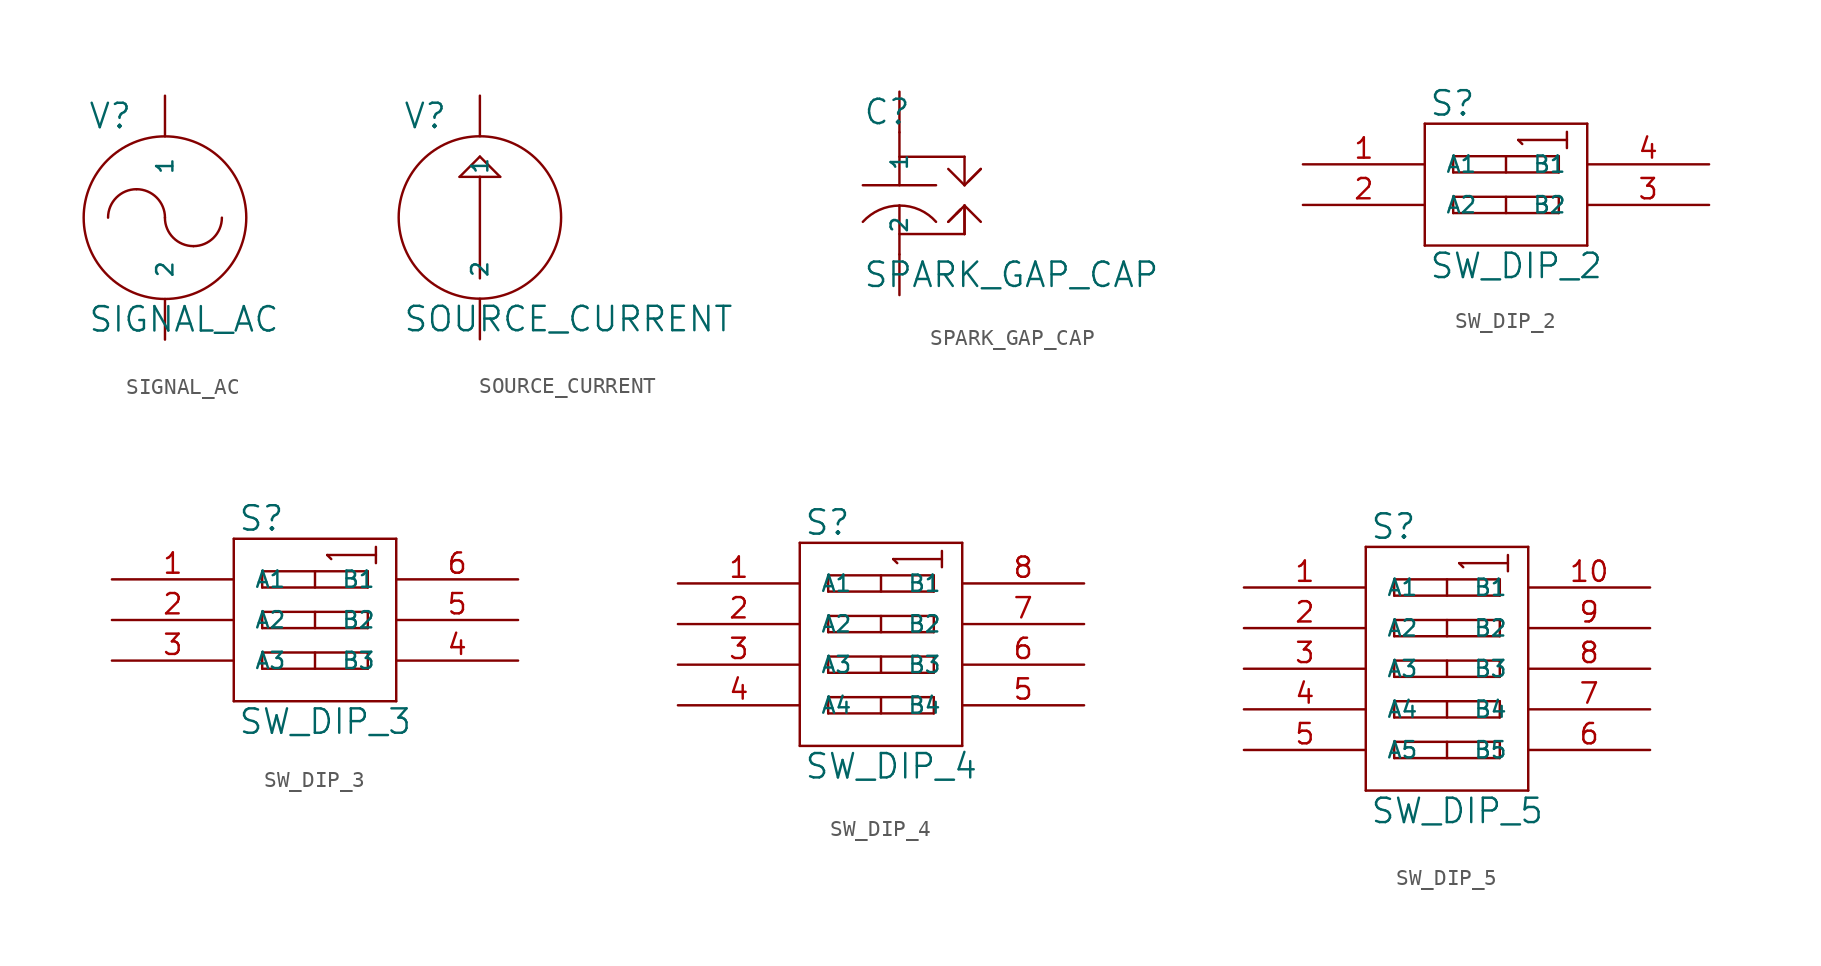
<source format=kicad_sym>
(kicad_symbol_lib
  (version 20231120)
  (generator "kicad_symbol_editor")
  (generator_version "8.0")
  (symbol "SIGNAL_AC"
    (pin_names
      (offset 1.27))
    (property "Reference" "V"
      (at 0.254 0.381 0)
      (effects (font (size 1.524 1.524)) (justify left bottom)))
    (property "Value" "SIGNAL_AC"
      (at 0.254 -10.541 0)
      (effects (font (size 1.524 1.524)) (justify left top)))
    (symbol "SIGNAL_AC_0_1"
      (arc (start 3.302 -3.302) (mid 2.0448 -3.8228) (end 1.524 -5.08) (stroke (width 0) (type solid)) (fill (type none)))
      (arc (start 5.08 -5.08) (mid 4.5592 -3.8228) (end 3.302 -3.302) (stroke (width 0) (type solid)) (fill (type none)))
      (arc (start 5.08 -5.08) (mid 5.6008 -6.3372) (end 6.858 -6.858) (stroke (width 0) (type solid)) (fill (type none)))
      (circle (center 5.08 -5.08) (radius 5.08) (stroke (width 0) (type solid)) (fill (type none)))
      (arc (start 6.858 -6.858) (mid 8.1152 -6.3372) (end 8.636 -5.08) (stroke (width 0) (type solid)) (fill (type none))))
    (symbol "SIGNAL_AC_1_1"
      (pin passive line (at 5.08 2.54 270) (length 2.54) (name "1" (effects (font (size 1.016 1.016)))) (number "~" (effects (font (size 1.27 1.27)))))
      (pin passive line (at 5.08 -12.7 90) (length 2.54) (name "2" (effects (font (size 1.016 1.016)))) (number "~" (effects (font (size 1.27 1.27)))))))
  (symbol "SOURCE_CURRENT"
    (pin_names
      (offset 1.27))
    (property "Reference" "V"
      (at 0.254 0.381 0)
      (effects (font (size 1.524 1.524)) (justify left bottom)))
    (property "Value" "SOURCE_CURRENT"
      (at 0.254 -10.541 0)
      (effects (font (size 1.524 1.524)) (justify left top)))
    (symbol "SOURCE_CURRENT_0_1"
      (polyline (pts (xy 3.81 -2.54) (xy 5.08 -2.54)) (stroke (width 0) (type solid)) (fill (type none)))
      (polyline (pts (xy 5.08 -8.89) (xy 5.08 -2.54)) (stroke (width 0) (type solid)) (fill (type none)))
      (polyline (pts (xy 5.08 -2.54) (xy 6.35 -2.54)) (stroke (width 0) (type solid)) (fill (type none)))
      (polyline (pts (xy 5.08 -1.27) (xy 3.81 -2.54)) (stroke (width 0) (type solid)) (fill (type none)))
      (polyline (pts (xy 6.35 -2.54) (xy 5.08 -1.27)) (stroke (width 0) (type solid)) (fill (type none)))
      (circle (center 5.08 -5.08) (radius 5.08) (stroke (width 0) (type solid)) (fill (type none))))
    (symbol "SOURCE_CURRENT_1_1"
      (pin passive line (at 5.08 2.54 270) (length 2.54) (name "1" (effects (font (size 1.016 1.016)))) (number "~" (effects (font (size 1.27 1.27)))))
      (pin passive line (at 5.08 -12.7 90) (length 2.54) (name "2" (effects (font (size 1.016 1.016)))) (number "~" (effects (font (size 1.27 1.27)))))))
  (symbol "SPARK_GAP_CAP"
    (pin_names
      (offset 1.27))
    (property "Reference" "C"
      (at 0.254 0.381 0)
      (effects (font (size 1.524 1.524)) (justify left bottom)))
    (property "Value" "SPARK_GAP_CAP"
      (at 0.254 -8.001 0)
      (effects (font (size 1.524 1.524)) (justify left top)))
    (symbol "SPARK_GAP_CAP_0_1"
      (polyline (pts (xy 2.54 -4.572) (xy 2.54 -7.62)) (stroke (width 0) (type solid)) (fill (type none)))
      (polyline (pts (xy 2.54 0) (xy 2.54 -3.302)) (stroke (width 0) (type solid)) (fill (type none)))
      (polyline (pts (xy 4.826 -3.302) (xy 0.254 -3.302)) (stroke (width 0) (type solid)) (fill (type none)))
      (polyline (pts (xy 6.096 -5.08) (xy 6.35 -4.826)) (stroke (width 0) (type solid)) (fill (type none)))
      (polyline (pts (xy 6.35 -4.826) (xy 5.588 -5.588)) (stroke (width 0) (type solid)) (fill (type none)))
      (polyline (pts (xy 6.604 -6.35) (xy 2.54 -6.35)) (stroke (width 0) (type solid)) (fill (type none)))
      (polyline (pts (xy 6.604 -4.572) (xy 5.588 -5.588)) (stroke (width 0) (type solid)) (fill (type none)))
      (polyline (pts (xy 6.604 -4.572) (xy 6.604 -6.35)) (stroke (width 0) (type solid)) (fill (type none)))
      (polyline (pts (xy 6.604 -4.572) (xy 6.604 -6.35)) (stroke (width 0) (type solid)) (fill (type none)))
      (polyline (pts (xy 6.604 -3.302) (xy 5.588 -2.286)) (stroke (width 0) (type solid)) (fill (type none)))
      (polyline (pts (xy 6.604 -3.302) (xy 6.604 -1.524)) (stroke (width 0) (type solid)) (fill (type none)))
      (polyline (pts (xy 6.604 -3.302) (xy 7.62 -2.286)) (stroke (width 0) (type solid)) (fill (type none)))
      (polyline (pts (xy 6.604 -1.524) (xy 2.54 -1.524)) (stroke (width 0) (type solid)) (fill (type none)))
      (polyline (pts (xy 7.62 -5.588) (xy 6.604 -4.572)) (stroke (width 0) (type solid)) (fill (type none)))
      (polyline (pts (xy 7.62 -2.286) (xy 6.858 -3.048)) (stroke (width 0) (type solid)) (fill (type none)))
      (arc (start 2.54 -4.572) (mid 1.2914 -4.8395) (end 0.254 -5.588) (stroke (width 0) (type solid)) (fill (type none)))
      (arc (start 4.826 -5.588) (mid 3.793 -4.8299) (end 2.54 -4.572) (stroke (width 0) (type solid)) (fill (type none))))
    (symbol "SPARK_GAP_CAP_1_1"
      (pin passive line (at 2.54 2.54 270) (length 2.54) (name "1" (effects (font (size 1.016 1.016)))) (number "~" (effects (font (size 1.27 1.27)))))
      (pin passive line (at 2.54 -10.16 90) (length 2.54) (name "2" (effects (font (size 1.016 1.016)))) (number "~" (effects (font (size 1.27 1.27)))))))
  (symbol "SW_DIP_2"
    (pin_names
      (offset 1.27))
    (property "Reference" "S"
      (at 0.254 0.381 0)
      (effects (font (size 1.524 1.524)) (justify left bottom)))
    (property "Value" "SW_DIP_2"
      (at 0.254 -8.001 0)
      (effects (font (size 1.524 1.524)) (justify left top)))
    (symbol "SW_DIP_2_0_1"
      (polyline (pts (xy 0 -7.62) (xy 0 0)) (stroke (width 0) (type solid)) (fill (type none)))
      (polyline (pts (xy 0 0) (xy 10.16 0)) (stroke (width 0) (type solid)) (fill (type none)))
      (polyline (pts (xy 1.778 -5.588) (xy 1.778 -4.572)) (stroke (width 0) (type solid)) (fill (type none)))
      (polyline (pts (xy 1.778 -4.572) (xy 8.382 -4.572)) (stroke (width 0) (type solid)) (fill (type none)))
      (polyline (pts (xy 1.778 -3.048) (xy 1.778 -2.032)) (stroke (width 0) (type solid)) (fill (type none)))
      (polyline (pts (xy 1.778 -2.032) (xy 8.382 -2.032)) (stroke (width 0) (type solid)) (fill (type none)))
      (polyline (pts (xy 5.08 -4.572) (xy 5.08 -5.588)) (stroke (width 0) (type solid)) (fill (type none)))
      (polyline (pts (xy 5.08 -2.032) (xy 5.08 -3.048)) (stroke (width 0) (type solid)) (fill (type none)))
      (polyline (pts (xy 5.842 -1.016) (xy 8.89 -1.016)) (stroke (width 0) (type solid)) (fill (type none)))
      (polyline (pts (xy 6.096 -1.27) (xy 5.842 -1.016)) (stroke (width 0) (type solid)) (fill (type none)))
      (polyline (pts (xy 8.382 -5.588) (xy 1.778 -5.588)) (stroke (width 0) (type solid)) (fill (type none)))
      (polyline (pts (xy 8.382 -4.572) (xy 8.382 -5.588)) (stroke (width 0) (type solid)) (fill (type none)))
      (polyline (pts (xy 8.382 -3.048) (xy 1.778 -3.048)) (stroke (width 0) (type solid)) (fill (type none)))
      (polyline (pts (xy 8.382 -2.032) (xy 8.382 -3.048)) (stroke (width 0) (type solid)) (fill (type none)))
      (polyline (pts (xy 8.89 -0.508) (xy 8.89 -1.524)) (stroke (width 0) (type solid)) (fill (type none)))
      (polyline (pts (xy 10.16 -7.62) (xy 0 -7.62)) (stroke (width 0) (type solid)) (fill (type none)))
      (polyline (pts (xy 10.16 0) (xy 10.16 -7.62)) (stroke (width 0) (type solid)) (fill (type none))))
    (symbol "SW_DIP_2_1_1"
      (pin passive line (at -7.62 -2.54 0) (length 7.62) (name "A1" (effects (font (size 1.016 1.016)))) (number "1" (effects (font (size 1.27 1.27)))))
      (pin passive line (at -7.62 -5.08 0) (length 7.62) (name "A2" (effects (font (size 1.016 1.016)))) (number "2" (effects (font (size 1.27 1.27)))))
      (pin passive line (at 17.78 -5.08 180) (length 7.62) (name "B2" (effects (font (size 1.016 1.016)))) (number "3" (effects (font (size 1.27 1.27)))))
      (pin passive line (at 17.78 -2.54 180) (length 7.62) (name "B1" (effects (font (size 1.016 1.016)))) (number "4" (effects (font (size 1.27 1.27)))))))
  (symbol "SW_DIP_3"
    (pin_names
      (offset 1.27))
    (property "Reference" "S"
      (at 0.254 0.381 0)
      (effects (font (size 1.524 1.524)) (justify left bottom)))
    (property "Value" "SW_DIP_3"
      (at 0.254 -10.541 0)
      (effects (font (size 1.524 1.524)) (justify left top)))
    (symbol "SW_DIP_3_0_1"
      (polyline (pts (xy 0 -10.16) (xy 10.16 -10.16)) (stroke (width 0) (type solid)) (fill (type none)))
      (polyline (pts (xy 0 0) (xy 0 -10.16)) (stroke (width 0) (type solid)) (fill (type none)))
      (polyline (pts (xy 0 0) (xy 10.16 0)) (stroke (width 0) (type solid)) (fill (type none)))
      (polyline (pts (xy 1.778 -8.128) (xy 1.778 -7.112)) (stroke (width 0) (type solid)) (fill (type none)))
      (polyline (pts (xy 1.778 -7.112) (xy 8.382 -7.112)) (stroke (width 0) (type solid)) (fill (type none)))
      (polyline (pts (xy 1.778 -5.588) (xy 1.778 -4.572)) (stroke (width 0) (type solid)) (fill (type none)))
      (polyline (pts (xy 1.778 -4.572) (xy 8.382 -4.572)) (stroke (width 0) (type solid)) (fill (type none)))
      (polyline (pts (xy 1.778 -3.048) (xy 1.778 -2.032)) (stroke (width 0) (type solid)) (fill (type none)))
      (polyline (pts (xy 1.778 -2.032) (xy 8.382 -2.032)) (stroke (width 0) (type solid)) (fill (type none)))
      (polyline (pts (xy 5.08 -7.112) (xy 5.08 -8.128)) (stroke (width 0) (type solid)) (fill (type none)))
      (polyline (pts (xy 5.08 -4.572) (xy 5.08 -5.588)) (stroke (width 0) (type solid)) (fill (type none)))
      (polyline (pts (xy 5.08 -2.032) (xy 5.08 -3.048)) (stroke (width 0) (type solid)) (fill (type none)))
      (polyline (pts (xy 5.842 -1.016) (xy 8.89 -1.016)) (stroke (width 0) (type solid)) (fill (type none)))
      (polyline (pts (xy 6.096 -1.27) (xy 5.842 -1.016)) (stroke (width 0) (type solid)) (fill (type none)))
      (polyline (pts (xy 8.382 -8.128) (xy 1.778 -8.128)) (stroke (width 0) (type solid)) (fill (type none)))
      (polyline (pts (xy 8.382 -7.112) (xy 8.382 -8.128)) (stroke (width 0) (type solid)) (fill (type none)))
      (polyline (pts (xy 8.382 -5.588) (xy 1.778 -5.588)) (stroke (width 0) (type solid)) (fill (type none)))
      (polyline (pts (xy 8.382 -4.572) (xy 8.382 -5.588)) (stroke (width 0) (type solid)) (fill (type none)))
      (polyline (pts (xy 8.382 -3.048) (xy 1.778 -3.048)) (stroke (width 0) (type solid)) (fill (type none)))
      (polyline (pts (xy 8.382 -2.032) (xy 8.382 -3.048)) (stroke (width 0) (type solid)) (fill (type none)))
      (polyline (pts (xy 8.89 -0.508) (xy 8.89 -1.524)) (stroke (width 0) (type solid)) (fill (type none)))
      (polyline (pts (xy 10.16 -10.16) (xy 10.16 0)) (stroke (width 0) (type solid)) (fill (type none))))
    (symbol "SW_DIP_3_1_1"
      (pin passive line (at -7.62 -2.54 0) (length 7.62) (name "A1" (effects (font (size 1.016 1.016)))) (number "1" (effects (font (size 1.27 1.27)))))
      (pin passive line (at -7.62 -5.08 0) (length 7.62) (name "A2" (effects (font (size 1.016 1.016)))) (number "2" (effects (font (size 1.27 1.27)))))
      (pin passive line (at -7.62 -7.62 0) (length 7.62) (name "A3" (effects (font (size 1.016 1.016)))) (number "3" (effects (font (size 1.27 1.27)))))
      (pin passive line (at 17.78 -7.62 180) (length 7.62) (name "B3" (effects (font (size 1.016 1.016)))) (number "4" (effects (font (size 1.27 1.27)))))
      (pin passive line (at 17.78 -5.08 180) (length 7.62) (name "B2" (effects (font (size 1.016 1.016)))) (number "5" (effects (font (size 1.27 1.27)))))
      (pin passive line (at 17.78 -2.54 180) (length 7.62) (name "B1" (effects (font (size 1.016 1.016)))) (number "6" (effects (font (size 1.27 1.27)))))))
  (symbol "SW_DIP_4"
    (pin_names
      (offset 1.27))
    (property "Reference" "S"
      (at 0.254 0.381 0)
      (effects (font (size 1.524 1.524)) (justify left bottom)))
    (property "Value" "SW_DIP_4"
      (at 0.254 -13.081 0)
      (effects (font (size 1.524 1.524)) (justify left top)))
    (symbol "SW_DIP_4_0_1"
      (polyline (pts (xy 0 -12.7) (xy 10.16 -12.7)) (stroke (width 0) (type solid)) (fill (type none)))
      (polyline (pts (xy 0 0) (xy 0 -12.7)) (stroke (width 0) (type solid)) (fill (type none)))
      (polyline (pts (xy 1.778 -10.668) (xy 1.778 -9.652)) (stroke (width 0) (type solid)) (fill (type none)))
      (polyline (pts (xy 1.778 -9.652) (xy 8.382 -9.652)) (stroke (width 0) (type solid)) (fill (type none)))
      (polyline (pts (xy 1.778 -8.128) (xy 1.778 -7.112)) (stroke (width 0) (type solid)) (fill (type none)))
      (polyline (pts (xy 1.778 -7.112) (xy 8.382 -7.112)) (stroke (width 0) (type solid)) (fill (type none)))
      (polyline (pts (xy 1.778 -5.588) (xy 1.778 -4.572)) (stroke (width 0) (type solid)) (fill (type none)))
      (polyline (pts (xy 1.778 -4.572) (xy 8.382 -4.572)) (stroke (width 0) (type solid)) (fill (type none)))
      (polyline (pts (xy 1.778 -3.048) (xy 1.778 -2.032)) (stroke (width 0) (type solid)) (fill (type none)))
      (polyline (pts (xy 1.778 -2.032) (xy 8.382 -2.032)) (stroke (width 0) (type solid)) (fill (type none)))
      (polyline (pts (xy 5.08 -9.652) (xy 5.08 -10.668)) (stroke (width 0) (type solid)) (fill (type none)))
      (polyline (pts (xy 5.08 -7.112) (xy 5.08 -8.128)) (stroke (width 0) (type solid)) (fill (type none)))
      (polyline (pts (xy 5.08 -4.572) (xy 5.08 -5.588)) (stroke (width 0) (type solid)) (fill (type none)))
      (polyline (pts (xy 5.08 -2.032) (xy 5.08 -3.048)) (stroke (width 0) (type solid)) (fill (type none)))
      (polyline (pts (xy 5.842 -1.016) (xy 8.89 -1.016)) (stroke (width 0) (type solid)) (fill (type none)))
      (polyline (pts (xy 6.096 -1.27) (xy 5.842 -1.016)) (stroke (width 0) (type solid)) (fill (type none)))
      (polyline (pts (xy 8.382 -10.668) (xy 1.778 -10.668)) (stroke (width 0) (type solid)) (fill (type none)))
      (polyline (pts (xy 8.382 -9.652) (xy 8.382 -10.668)) (stroke (width 0) (type solid)) (fill (type none)))
      (polyline (pts (xy 8.382 -8.128) (xy 1.778 -8.128)) (stroke (width 0) (type solid)) (fill (type none)))
      (polyline (pts (xy 8.382 -7.112) (xy 8.382 -8.128)) (stroke (width 0) (type solid)) (fill (type none)))
      (polyline (pts (xy 8.382 -5.588) (xy 1.778 -5.588)) (stroke (width 0) (type solid)) (fill (type none)))
      (polyline (pts (xy 8.382 -4.572) (xy 8.382 -5.588)) (stroke (width 0) (type solid)) (fill (type none)))
      (polyline (pts (xy 8.382 -3.048) (xy 1.778 -3.048)) (stroke (width 0) (type solid)) (fill (type none)))
      (polyline (pts (xy 8.382 -2.032) (xy 8.382 -3.048)) (stroke (width 0) (type solid)) (fill (type none)))
      (polyline (pts (xy 8.89 -0.508) (xy 8.89 -1.524)) (stroke (width 0) (type solid)) (fill (type none)))
      (polyline (pts (xy 10.16 -12.7) (xy 10.16 0)) (stroke (width 0) (type solid)) (fill (type none)))
      (polyline (pts (xy 10.16 0) (xy 0 0)) (stroke (width 0) (type solid)) (fill (type none))))
    (symbol "SW_DIP_4_1_1"
      (pin passive line (at -7.62 -2.54 0) (length 7.62) (name "A1" (effects (font (size 1.016 1.016)))) (number "1" (effects (font (size 1.27 1.27)))))
      (pin passive line (at -7.62 -5.08 0) (length 7.62) (name "A2" (effects (font (size 1.016 1.016)))) (number "2" (effects (font (size 1.27 1.27)))))
      (pin passive line (at -7.62 -7.62 0) (length 7.62) (name "A3" (effects (font (size 1.016 1.016)))) (number "3" (effects (font (size 1.27 1.27)))))
      (pin passive line (at -7.62 -10.16 0) (length 7.62) (name "A4" (effects (font (size 1.016 1.016)))) (number "4" (effects (font (size 1.27 1.27)))))
      (pin passive line (at 17.78 -10.16 180) (length 7.62) (name "B4" (effects (font (size 1.016 1.016)))) (number "5" (effects (font (size 1.27 1.27)))))
      (pin passive line (at 17.78 -7.62 180) (length 7.62) (name "B3" (effects (font (size 1.016 1.016)))) (number "6" (effects (font (size 1.27 1.27)))))
      (pin passive line (at 17.78 -5.08 180) (length 7.62) (name "B2" (effects (font (size 1.016 1.016)))) (number "7" (effects (font (size 1.27 1.27)))))
      (pin passive line (at 17.78 -2.54 180) (length 7.62) (name "B1" (effects (font (size 1.016 1.016)))) (number "8" (effects (font (size 1.27 1.27)))))))
  (symbol "SW_DIP_5"
    (pin_names
      (offset 1.27))
    (property "Reference" "S"
      (at 0.254 0.381 0)
      (effects (font (size 1.524 1.524)) (justify left bottom)))
    (property "Value" "SW_DIP_5"
      (at 0.254 -15.621 0)
      (effects (font (size 1.524 1.524)) (justify left top)))
    (symbol "SW_DIP_5_0_1"
      (polyline (pts (xy 0 -15.24) (xy 10.16 -15.24)) (stroke (width 0) (type solid)) (fill (type none)))
      (polyline (pts (xy 0 0) (xy 0 -15.24)) (stroke (width 0) (type solid)) (fill (type none)))
      (polyline (pts (xy 1.778 -13.208) (xy 1.778 -12.192)) (stroke (width 0) (type solid)) (fill (type none)))
      (polyline (pts (xy 1.778 -12.192) (xy 8.382 -12.192)) (stroke (width 0) (type solid)) (fill (type none)))
      (polyline (pts (xy 1.778 -10.668) (xy 1.778 -9.652)) (stroke (width 0) (type solid)) (fill (type none)))
      (polyline (pts (xy 1.778 -9.652) (xy 8.382 -9.652)) (stroke (width 0) (type solid)) (fill (type none)))
      (polyline (pts (xy 1.778 -8.128) (xy 1.778 -7.112)) (stroke (width 0) (type solid)) (fill (type none)))
      (polyline (pts (xy 1.778 -7.112) (xy 8.382 -7.112)) (stroke (width 0) (type solid)) (fill (type none)))
      (polyline (pts (xy 1.778 -5.588) (xy 1.778 -4.572)) (stroke (width 0) (type solid)) (fill (type none)))
      (polyline (pts (xy 1.778 -4.572) (xy 8.382 -4.572)) (stroke (width 0) (type solid)) (fill (type none)))
      (polyline (pts (xy 1.778 -3.048) (xy 1.778 -2.032)) (stroke (width 0) (type solid)) (fill (type none)))
      (polyline (pts (xy 1.778 -2.032) (xy 8.382 -2.032)) (stroke (width 0) (type solid)) (fill (type none)))
      (polyline (pts (xy 5.08 -12.192) (xy 5.08 -13.208)) (stroke (width 0) (type solid)) (fill (type none)))
      (polyline (pts (xy 5.08 -9.652) (xy 5.08 -10.668)) (stroke (width 0) (type solid)) (fill (type none)))
      (polyline (pts (xy 5.08 -7.112) (xy 5.08 -8.128)) (stroke (width 0) (type solid)) (fill (type none)))
      (polyline (pts (xy 5.08 -4.572) (xy 5.08 -5.588)) (stroke (width 0) (type solid)) (fill (type none)))
      (polyline (pts (xy 5.08 -2.032) (xy 5.08 -3.048)) (stroke (width 0) (type solid)) (fill (type none)))
      (polyline (pts (xy 5.842 -1.016) (xy 8.89 -1.016)) (stroke (width 0) (type solid)) (fill (type none)))
      (polyline (pts (xy 6.096 -1.27) (xy 5.842 -1.016)) (stroke (width 0) (type solid)) (fill (type none)))
      (polyline (pts (xy 8.382 -13.208) (xy 1.778 -13.208)) (stroke (width 0) (type solid)) (fill (type none)))
      (polyline (pts (xy 8.382 -12.192) (xy 8.382 -13.208)) (stroke (width 0) (type solid)) (fill (type none)))
      (polyline (pts (xy 8.382 -10.668) (xy 1.778 -10.668)) (stroke (width 0) (type solid)) (fill (type none)))
      (polyline (pts (xy 8.382 -9.652) (xy 8.382 -10.668)) (stroke (width 0) (type solid)) (fill (type none)))
      (polyline (pts (xy 8.382 -8.128) (xy 1.778 -8.128)) (stroke (width 0) (type solid)) (fill (type none)))
      (polyline (pts (xy 8.382 -7.112) (xy 8.382 -8.128)) (stroke (width 0) (type solid)) (fill (type none)))
      (polyline (pts (xy 8.382 -5.588) (xy 1.778 -5.588)) (stroke (width 0) (type solid)) (fill (type none)))
      (polyline (pts (xy 8.382 -4.572) (xy 8.382 -5.588)) (stroke (width 0) (type solid)) (fill (type none)))
      (polyline (pts (xy 8.382 -3.048) (xy 1.778 -3.048)) (stroke (width 0) (type solid)) (fill (type none)))
      (polyline (pts (xy 8.382 -2.032) (xy 8.382 -3.048)) (stroke (width 0) (type solid)) (fill (type none)))
      (polyline (pts (xy 8.89 -0.508) (xy 8.89 -1.524)) (stroke (width 0) (type solid)) (fill (type none)))
      (polyline (pts (xy 10.16 -15.24) (xy 10.16 0)) (stroke (width 0) (type solid)) (fill (type none)))
      (polyline (pts (xy 10.16 0) (xy 0 0)) (stroke (width 0) (type solid)) (fill (type none))))
    (symbol "SW_DIP_5_1_1"
      (pin passive line (at -7.62 -2.54 0) (length 7.62) (name "A1" (effects (font (size 1.016 1.016)))) (number "1" (effects (font (size 1.27 1.27)))))
      (pin passive line (at 17.78 -2.54 180) (length 7.62) (name "B1" (effects (font (size 1.016 1.016)))) (number "10" (effects (font (size 1.27 1.27)))))
      (pin passive line (at -7.62 -5.08 0) (length 7.62) (name "A2" (effects (font (size 1.016 1.016)))) (number "2" (effects (font (size 1.27 1.27)))))
      (pin passive line (at -7.62 -7.62 0) (length 7.62) (name "A3" (effects (font (size 1.016 1.016)))) (number "3" (effects (font (size 1.27 1.27)))))
      (pin passive line (at -7.62 -10.16 0) (length 7.62) (name "A4" (effects (font (size 1.016 1.016)))) (number "4" (effects (font (size 1.27 1.27)))))
      (pin passive line (at -7.62 -12.7 0) (length 7.62) (name "A5" (effects (font (size 1.016 1.016)))) (number "5" (effects (font (size 1.27 1.27)))))
      (pin passive line (at 17.78 -12.7 180) (length 7.62) (name "B5" (effects (font (size 1.016 1.016)))) (number "6" (effects (font (size 1.27 1.27)))))
      (pin passive line (at 17.78 -10.16 180) (length 7.62) (name "B4" (effects (font (size 1.016 1.016)))) (number "7" (effects (font (size 1.27 1.27)))))
      (pin passive line (at 17.78 -7.62 180) (length 7.62) (name "B3" (effects (font (size 1.016 1.016)))) (number "8" (effects (font (size 1.27 1.27)))))
      (pin passive line (at 17.78 -5.08 180) (length 7.62) (name "B2" (effects (font (size 1.016 1.016)))) (number "9" (effects (font (size 1.27 1.27))))))))
</source>
